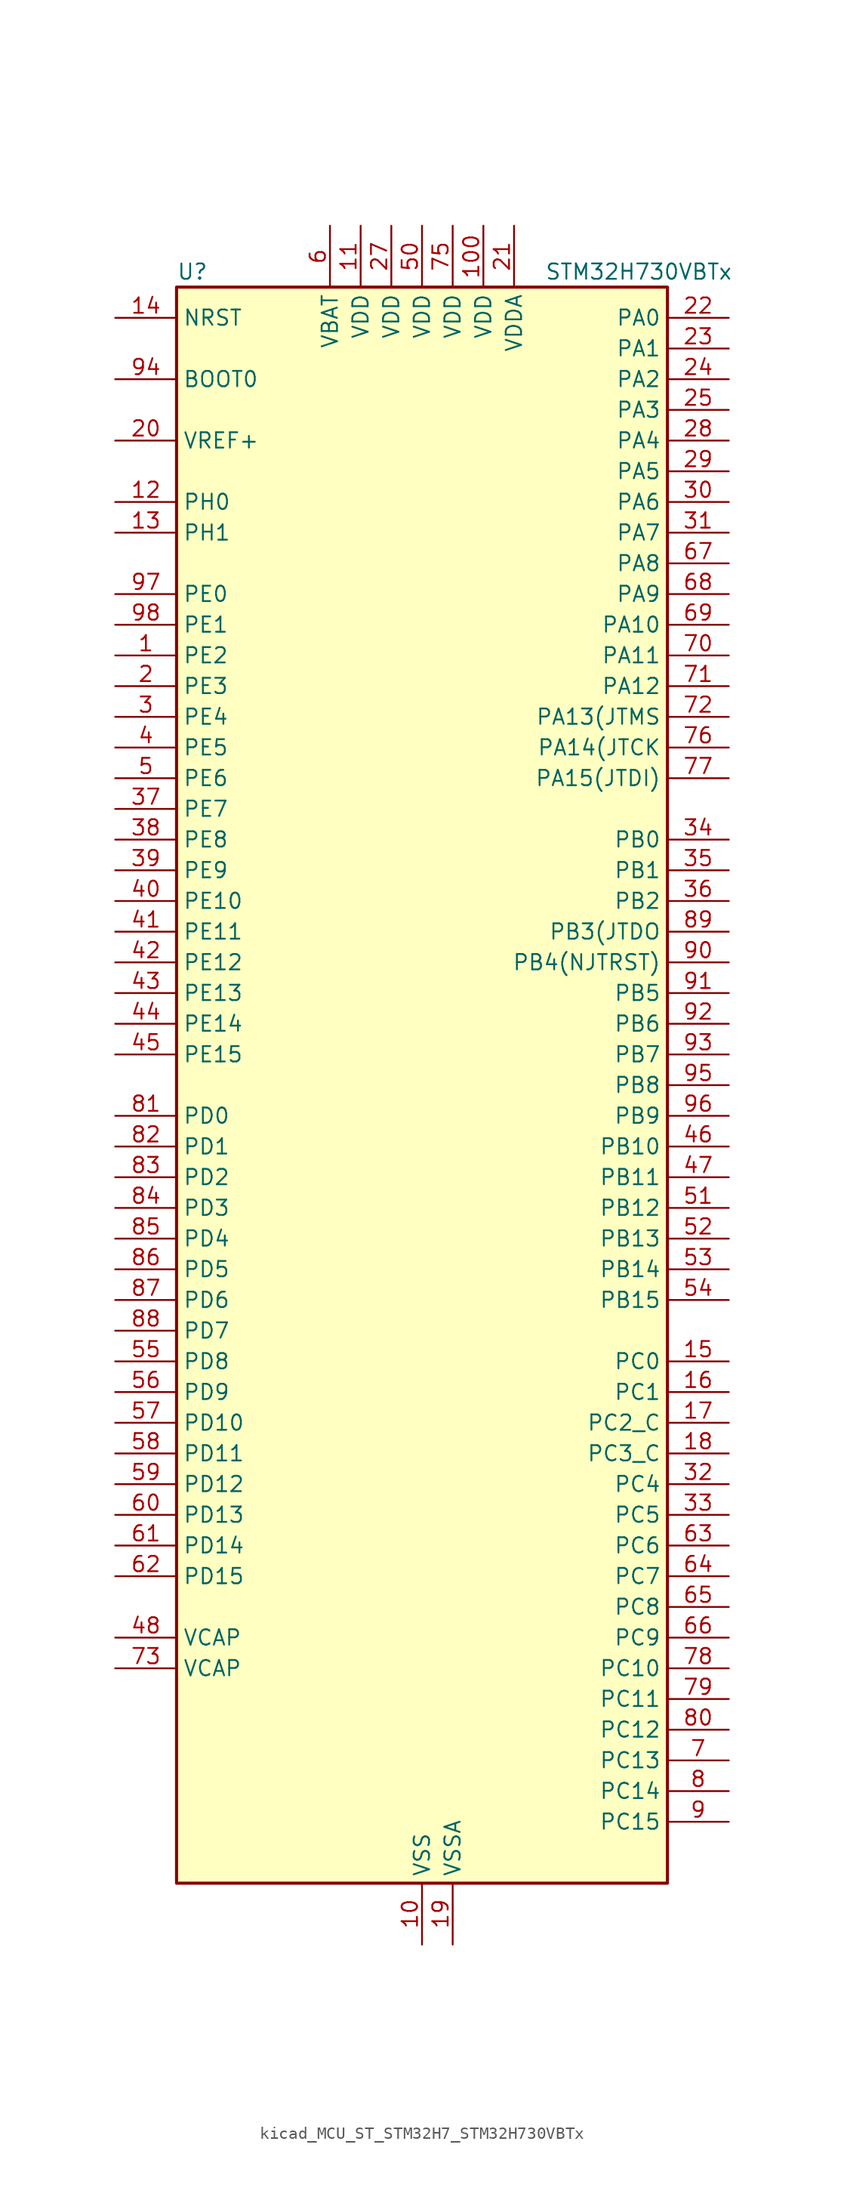
<source format=kicad_sym>
(kicad_symbol_lib
  (version 20220914)
  (generator kicad_symbol_editor)
  (symbol "kicad_MCU_ST_STM32H7_STM32H730VBTx"
    (property "Reference" "U"
      (at -20.32 67.31 0)
      (effects (font (size 1.27 1.27)) (justify left)))
    (property "Value" "STM32H730VBTx"
      (at 10.16 67.31 0)
      (effects (font (size 1.27 1.27)) (justify left)))
    (property "ki_locked" ""
      (at 0 0 0)
      (effects (font (size 1.27 1.27))))
    (symbol "kicad_MCU_ST_STM32H7_STM32H730VBTx_0_1"
      (rectangle (start -20.32 -66.04) (end 20.32 66.04) (stroke (width 0.254) (type default)) (fill (type background))))
    (symbol "kicad_MCU_ST_STM32H7_STM32H730VBTx_1_1"
      (pin bidirectional line (at -25.4 35.56 0) (length 5.08) (name "PE2" (effects (font (size 1.27 1.27)))) (number "1" (effects (font (size 1.27 1.27)))) (alternate "DEBUG_TRACECLK" bidirectional line) (alternate "ETH_TXD3" bidirectional line) (alternate "FMC_A23" bidirectional line) (alternate "OCTOSPIM_P1_IO2" bidirectional line) (alternate "SAI1_CK1" bidirectional line) (alternate "SAI1_MCLK_A" bidirectional line) (alternate "SAI4_CK1" bidirectional line) (alternate "SAI4_MCLK_A" bidirectional line) (alternate "SPI4_SCK" bidirectional line) (alternate "USART10_RX" bidirectional line))
      (pin power_in line (at 0 -71.12 90) (length 5.08) (name "VSS" (effects (font (size 1.27 1.27)))) (number "10" (effects (font (size 1.27 1.27)))))
      (pin power_in line (at 5.08 71.12 270) (length 5.08) (name "VDD" (effects (font (size 1.27 1.27)))) (number "100" (effects (font (size 1.27 1.27)))))
      (pin power_in line (at -5.08 71.12 270) (length 5.08) (name "VDD" (effects (font (size 1.27 1.27)))) (number "11" (effects (font (size 1.27 1.27)))))
      (pin bidirectional line (at -25.4 48.26 0) (length 5.08) (name "PH0" (effects (font (size 1.27 1.27)))) (number "12" (effects (font (size 1.27 1.27)))) (alternate "RCC_OSC_IN" bidirectional line))
      (pin bidirectional line (at -25.4 45.72 0) (length 5.08) (name "PH1" (effects (font (size 1.27 1.27)))) (number "13" (effects (font (size 1.27 1.27)))) (alternate "RCC_OSC_OUT" bidirectional line))
      (pin input line (at -25.4 63.5 0) (length 5.08) (name "NRST" (effects (font (size 1.27 1.27)))) (number "14" (effects (font (size 1.27 1.27)))))
      (pin bidirectional line (at 25.4 -22.86 180) (length 5.08) (name "PC0" (effects (font (size 1.27 1.27)))) (number "15" (effects (font (size 1.27 1.27)))) (alternate "ADC1_INP10" bidirectional line) (alternate "ADC2_INP10" bidirectional line) (alternate "ADC3_INP10" bidirectional line) (alternate "DFSDM1_CKIN0" bidirectional line) (alternate "DFSDM1_DATIN4" bidirectional line) (alternate "FMC_A25" bidirectional line) (alternate "FMC_D12" bidirectional line) (alternate "FMC_DA12" bidirectional line) (alternate "FMC_SDNWE" bidirectional line) (alternate "LTDC_G2" bidirectional line) (alternate "LTDC_R5" bidirectional line) (alternate "SAI4_FS_B" bidirectional line) (alternate "USB_OTG_HS_ULPI_STP" bidirectional line))
      (pin bidirectional line (at 25.4 -25.4 180) (length 5.08) (name "PC1" (effects (font (size 1.27 1.27)))) (number "16" (effects (font (size 1.27 1.27)))) (alternate "ADC1_INN10" bidirectional line) (alternate "ADC1_INP11" bidirectional line) (alternate "ADC2_INN10" bidirectional line) (alternate "ADC2_INP11" bidirectional line) (alternate "ADC3_INN10" bidirectional line) (alternate "ADC3_INP11" bidirectional line) (alternate "DEBUG_TRACED0" bidirectional line) (alternate "DFSDM1_CKIN4" bidirectional line) (alternate "DFSDM1_DATIN0" bidirectional line) (alternate "ETH_MDC" bidirectional line) (alternate "I2S2_SDO" bidirectional line) (alternate "LTDC_G5" bidirectional line) (alternate "MDIOS_MDC" bidirectional line) (alternate "OCTOSPIM_P1_IO4" bidirectional line) (alternate "PWR_WKUP6" bidirectional line) (alternate "RTC_TAMP3" bidirectional line) (alternate "SAI1_D1" bidirectional line) (alternate "SAI1_SD_A" bidirectional line) (alternate "SAI4_D1" bidirectional line) (alternate "SAI4_SD_A" bidirectional line) (alternate "SDMMC2_CK" bidirectional line) (alternate "SPI2_MOSI" bidirectional line))
      (pin bidirectional line (at 25.4 -27.94 180) (length 5.08) (name "PC2_C" (effects (font (size 1.27 1.27)))) (number "17" (effects (font (size 1.27 1.27)))) (alternate "ADC3_INN1" bidirectional line) (alternate "ADC3_INP0" bidirectional line) (alternate "DFSDM1_CKIN1" bidirectional line) (alternate "DFSDM1_CKOUT" bidirectional line) (alternate "ETH_TXD2" bidirectional line) (alternate "FMC_SDNE0" bidirectional line) (alternate "I2S2_SDI" bidirectional line) (alternate "OCTOSPIM_P1_IO2" bidirectional line) (alternate "OCTOSPIM_P1_IO5" bidirectional line) (alternate "PWR_CSTOP" bidirectional line) (alternate "SPI2_MISO" bidirectional line) (alternate "USB_OTG_HS_ULPI_DIR" bidirectional line))
      (pin bidirectional line (at 25.4 -30.48 180) (length 5.08) (name "PC3_C" (effects (font (size 1.27 1.27)))) (number "18" (effects (font (size 1.27 1.27)))) (alternate "ADC3_INP1" bidirectional line) (alternate "DFSDM1_DATIN1" bidirectional line) (alternate "ETH_TX_CLK" bidirectional line) (alternate "FMC_SDCKE0" bidirectional line) (alternate "I2S2_SDO" bidirectional line) (alternate "OCTOSPIM_P1_IO0" bidirectional line) (alternate "OCTOSPIM_P1_IO6" bidirectional line) (alternate "PWR_CSLEEP" bidirectional line) (alternate "SPI2_MOSI" bidirectional line) (alternate "USB_OTG_HS_ULPI_NXT" bidirectional line))
      (pin power_in line (at 2.54 -71.12 90) (length 5.08) (name "VSSA" (effects (font (size 1.27 1.27)))) (number "19" (effects (font (size 1.27 1.27)))))
      (pin bidirectional line (at -25.4 33.02 0) (length 5.08) (name "PE3" (effects (font (size 1.27 1.27)))) (number "2" (effects (font (size 1.27 1.27)))) (alternate "DEBUG_TRACED0" bidirectional line) (alternate "FMC_A19" bidirectional line) (alternate "SAI1_SD_B" bidirectional line) (alternate "SAI4_SD_B" bidirectional line) (alternate "TIM15_BKIN" bidirectional line) (alternate "USART10_TX" bidirectional line))
      (pin input line (at -25.4 53.34 0) (length 5.08) (name "VREF+" (effects (font (size 1.27 1.27)))) (number "20" (effects (font (size 1.27 1.27)))) (alternate "VREFBUF_OUT" bidirectional line))
      (pin power_in line (at 7.62 71.12 270) (length 5.08) (name "VDDA" (effects (font (size 1.27 1.27)))) (number "21" (effects (font (size 1.27 1.27)))))
      (pin bidirectional line (at 25.4 63.5 180) (length 5.08) (name "PA0" (effects (font (size 1.27 1.27)))) (number "22" (effects (font (size 1.27 1.27)))) (alternate "ADC1_INP16" bidirectional line) (alternate "ETH_CRS" bidirectional line) (alternate "FMC_A19" bidirectional line) (alternate "I2S6_WS" bidirectional line) (alternate "PWR_WKUP1" bidirectional line) (alternate "SAI4_SD_B" bidirectional line) (alternate "SDMMC2_CMD" bidirectional line) (alternate "SPI6_NSS" bidirectional line) (alternate "TIM15_BKIN" bidirectional line) (alternate "TIM2_CH1" bidirectional line) (alternate "TIM2_ETR" bidirectional line) (alternate "TIM5_CH1" bidirectional line) (alternate "TIM8_ETR" bidirectional line) (alternate "UART4_TX" bidirectional line) (alternate "USART2_CTS" bidirectional line) (alternate "USART2_NSS" bidirectional line))
      (pin bidirectional line (at 25.4 60.96 180) (length 5.08) (name "PA1" (effects (font (size 1.27 1.27)))) (number "23" (effects (font (size 1.27 1.27)))) (alternate "ADC1_INN16" bidirectional line) (alternate "ADC1_INP17" bidirectional line) (alternate "ETH_REF_CLK" bidirectional line) (alternate "ETH_RX_CLK" bidirectional line) (alternate "LPTIM3_OUT" bidirectional line) (alternate "LTDC_R2" bidirectional line) (alternate "OCTOSPIM_P1_DQS" bidirectional line) (alternate "OCTOSPIM_P1_IO3" bidirectional line) (alternate "SAI4_MCLK_B" bidirectional line) (alternate "TIM15_CH1N" bidirectional line) (alternate "TIM2_CH2" bidirectional line) (alternate "TIM5_CH2" bidirectional line) (alternate "UART4_RX" bidirectional line) (alternate "USART2_DE" bidirectional line) (alternate "USART2_RTS" bidirectional line))
      (pin bidirectional line (at 25.4 58.42 180) (length 5.08) (name "PA2" (effects (font (size 1.27 1.27)))) (number "24" (effects (font (size 1.27 1.27)))) (alternate "ADC1_INP14" bidirectional line) (alternate "ADC2_INP14" bidirectional line) (alternate "ETH_MDIO" bidirectional line) (alternate "LPTIM4_OUT" bidirectional line) (alternate "LTDC_R1" bidirectional line) (alternate "MDIOS_MDIO" bidirectional line) (alternate "OCTOSPIM_P1_IO0" bidirectional line) (alternate "PWR_WKUP2" bidirectional line) (alternate "SAI4_SCK_B" bidirectional line) (alternate "TIM15_CH1" bidirectional line) (alternate "TIM2_CH3" bidirectional line) (alternate "TIM5_CH3" bidirectional line) (alternate "USART2_TX" bidirectional line))
      (pin bidirectional line (at 25.4 55.88 180) (length 5.08) (name "PA3" (effects (font (size 1.27 1.27)))) (number "25" (effects (font (size 1.27 1.27)))) (alternate "ADC1_INP15" bidirectional line) (alternate "ADC2_INP15" bidirectional line) (alternate "ETH_COL" bidirectional line) (alternate "I2S6_MCK" bidirectional line) (alternate "LPTIM5_OUT" bidirectional line) (alternate "LTDC_B2" bidirectional line) (alternate "LTDC_B5" bidirectional line) (alternate "OCTOSPIM_P1_CLK" bidirectional line) (alternate "OCTOSPIM_P1_IO2" bidirectional line) (alternate "TIM15_CH2" bidirectional line) (alternate "TIM2_CH4" bidirectional line) (alternate "TIM5_CH4" bidirectional line) (alternate "USART2_RX" bidirectional line) (alternate "USB_OTG_HS_ULPI_D0" bidirectional line))
      (pin passive line (at 0 -71.12 90) (length 5.08) hide (name "VSS" (effects (font (size 1.27 1.27)))) (number "26" (effects (font (size 1.27 1.27)))))
      (pin power_in line (at -2.54 71.12 270) (length 5.08) (name "VDD" (effects (font (size 1.27 1.27)))) (number "27" (effects (font (size 1.27 1.27)))))
      (pin bidirectional line (at 25.4 53.34 180) (length 5.08) (name "PA4" (effects (font (size 1.27 1.27)))) (number "28" (effects (font (size 1.27 1.27)))) (alternate "ADC1_INP18" bidirectional line) (alternate "ADC2_INP18" bidirectional line) (alternate "DAC1_OUT1" bidirectional line) (alternate "DCMI_HSYNC" bidirectional line) (alternate "FMC_D8" bidirectional line) (alternate "FMC_DA8" bidirectional line) (alternate "I2S1_WS" bidirectional line) (alternate "I2S3_WS" bidirectional line) (alternate "I2S6_WS" bidirectional line) (alternate "LTDC_VSYNC" bidirectional line) (alternate "PSSI_DE" bidirectional line) (alternate "SPI1_NSS" bidirectional line) (alternate "SPI3_NSS" bidirectional line) (alternate "SPI6_NSS" bidirectional line) (alternate "TIM5_ETR" bidirectional line) (alternate "USART2_CK" bidirectional line))
      (pin bidirectional line (at 25.4 50.8 180) (length 5.08) (name "PA5" (effects (font (size 1.27 1.27)))) (number "29" (effects (font (size 1.27 1.27)))) (alternate "ADC1_INN18" bidirectional line) (alternate "ADC1_INP19" bidirectional line) (alternate "ADC2_INN18" bidirectional line) (alternate "ADC2_INP19" bidirectional line) (alternate "DAC1_OUT2" bidirectional line) (alternate "FMC_D9" bidirectional line) (alternate "FMC_DA9" bidirectional line) (alternate "I2S1_CK" bidirectional line) (alternate "I2S6_CK" bidirectional line) (alternate "LTDC_R4" bidirectional line) (alternate "PSSI_D14" bidirectional line) (alternate "PWR_NDSTOP2" bidirectional line) (alternate "SPI1_SCK" bidirectional line) (alternate "SPI6_SCK" bidirectional line) (alternate "TIM2_CH1" bidirectional line) (alternate "TIM2_ETR" bidirectional line) (alternate "TIM8_CH1N" bidirectional line) (alternate "USB_OTG_HS_ULPI_CK" bidirectional line))
      (pin bidirectional line (at -25.4 30.48 0) (length 5.08) (name "PE4" (effects (font (size 1.27 1.27)))) (number "3" (effects (font (size 1.27 1.27)))) (alternate "DCMI_D4" bidirectional line) (alternate "DEBUG_TRACED1" bidirectional line) (alternate "DFSDM1_DATIN3" bidirectional line) (alternate "FMC_A20" bidirectional line) (alternate "LTDC_B0" bidirectional line) (alternate "PSSI_D4" bidirectional line) (alternate "SAI1_D2" bidirectional line) (alternate "SAI1_FS_A" bidirectional line) (alternate "SAI4_D2" bidirectional line) (alternate "SAI4_FS_A" bidirectional line) (alternate "SPI4_NSS" bidirectional line) (alternate "TIM15_CH1N" bidirectional line))
      (pin bidirectional line (at 25.4 48.26 180) (length 5.08) (name "PA6" (effects (font (size 1.27 1.27)))) (number "30" (effects (font (size 1.27 1.27)))) (alternate "ADC1_INP3" bidirectional line) (alternate "ADC2_INP3" bidirectional line) (alternate "DCMI_PIXCLK" bidirectional line) (alternate "I2S1_SDI" bidirectional line) (alternate "I2S6_SDI" bidirectional line) (alternate "LTDC_G2" bidirectional line) (alternate "MDIOS_MDC" bidirectional line) (alternate "OCTOSPIM_P1_IO3" bidirectional line) (alternate "PSSI_PDCK" bidirectional line) (alternate "SPI1_MISO" bidirectional line) (alternate "SPI6_MISO" bidirectional line) (alternate "TIM13_CH1" bidirectional line) (alternate "TIM1_BKIN" bidirectional line) (alternate "TIM1_BKIN_COMP1" bidirectional line) (alternate "TIM1_BKIN_COMP2" bidirectional line) (alternate "TIM3_CH1" bidirectional line) (alternate "TIM8_BKIN" bidirectional line) (alternate "TIM8_BKIN_COMP1" bidirectional line) (alternate "TIM8_BKIN_COMP2" bidirectional line))
      (pin bidirectional line (at 25.4 45.72 180) (length 5.08) (name "PA7" (effects (font (size 1.27 1.27)))) (number "31" (effects (font (size 1.27 1.27)))) (alternate "ADC1_INN3" bidirectional line) (alternate "ADC1_INP7" bidirectional line) (alternate "ADC2_INN3" bidirectional line) (alternate "ADC2_INP7" bidirectional line) (alternate "ETH_CRS_DV" bidirectional line) (alternate "ETH_RX_DV" bidirectional line) (alternate "FMC_SDNWE" bidirectional line) (alternate "I2S1_SDO" bidirectional line) (alternate "I2S6_SDO" bidirectional line) (alternate "LTDC_VSYNC" bidirectional line) (alternate "OCTOSPIM_P1_IO2" bidirectional line) (alternate "OPAMP1_VINM" bidirectional line) (alternate "SPI1_MOSI" bidirectional line) (alternate "SPI6_MOSI" bidirectional line) (alternate "TIM14_CH1" bidirectional line) (alternate "TIM1_CH1N" bidirectional line) (alternate "TIM3_CH2" bidirectional line) (alternate "TIM8_CH1N" bidirectional line))
      (pin bidirectional line (at 25.4 -33.02 180) (length 5.08) (name "PC4" (effects (font (size 1.27 1.27)))) (number "32" (effects (font (size 1.27 1.27)))) (alternate "ADC1_INP4" bidirectional line) (alternate "ADC2_INP4" bidirectional line) (alternate "COMP1_INM" bidirectional line) (alternate "DFSDM1_CKIN2" bidirectional line) (alternate "ETH_RXD0" bidirectional line) (alternate "FMC_A22" bidirectional line) (alternate "FMC_SDNE0" bidirectional line) (alternate "I2S1_MCK" bidirectional line) (alternate "LTDC_R7" bidirectional line) (alternate "OPAMP1_VOUT" bidirectional line) (alternate "SDMMC2_CKIN" bidirectional line) (alternate "SPDIFRX1_IN2" bidirectional line))
      (pin bidirectional line (at 25.4 -35.56 180) (length 5.08) (name "PC5" (effects (font (size 1.27 1.27)))) (number "33" (effects (font (size 1.27 1.27)))) (alternate "ADC1_INN4" bidirectional line) (alternate "ADC1_INP8" bidirectional line) (alternate "ADC2_INN4" bidirectional line) (alternate "ADC2_INP8" bidirectional line) (alternate "COMP1_OUT" bidirectional line) (alternate "DFSDM1_DATIN2" bidirectional line) (alternate "ETH_RXD1" bidirectional line) (alternate "FMC_SDCKE0" bidirectional line) (alternate "LTDC_DE" bidirectional line) (alternate "OCTOSPIM_P1_DQS" bidirectional line) (alternate "OPAMP1_VINM" bidirectional line) (alternate "PSSI_D15" bidirectional line) (alternate "SAI1_D3" bidirectional line) (alternate "SAI4_D3" bidirectional line) (alternate "SPDIFRX1_IN3" bidirectional line))
      (pin bidirectional line (at 25.4 20.32 180) (length 5.08) (name "PB0" (effects (font (size 1.27 1.27)))) (number "34" (effects (font (size 1.27 1.27)))) (alternate "ADC1_INN5" bidirectional line) (alternate "ADC1_INP9" bidirectional line) (alternate "ADC2_INN5" bidirectional line) (alternate "ADC2_INP9" bidirectional line) (alternate "COMP1_INP" bidirectional line) (alternate "DFSDM1_CKOUT" bidirectional line) (alternate "ETH_RXD2" bidirectional line) (alternate "LTDC_G1" bidirectional line) (alternate "LTDC_R3" bidirectional line) (alternate "OCTOSPIM_P1_IO1" bidirectional line) (alternate "OPAMP1_VINP" bidirectional line) (alternate "TIM1_CH2N" bidirectional line) (alternate "TIM3_CH3" bidirectional line) (alternate "TIM8_CH2N" bidirectional line) (alternate "UART4_CTS" bidirectional line) (alternate "USB_OTG_HS_ULPI_D1" bidirectional line))
      (pin bidirectional line (at 25.4 17.78 180) (length 5.08) (name "PB1" (effects (font (size 1.27 1.27)))) (number "35" (effects (font (size 1.27 1.27)))) (alternate "ADC1_INP5" bidirectional line) (alternate "ADC2_INP5" bidirectional line) (alternate "COMP1_INM" bidirectional line) (alternate "DFSDM1_DATIN1" bidirectional line) (alternate "ETH_RXD3" bidirectional line) (alternate "LTDC_G0" bidirectional line) (alternate "LTDC_R6" bidirectional line) (alternate "OCTOSPIM_P1_IO0" bidirectional line) (alternate "TIM1_CH3N" bidirectional line) (alternate "TIM3_CH4" bidirectional line) (alternate "TIM8_CH3N" bidirectional line) (alternate "USB_OTG_HS_ULPI_D2" bidirectional line))
      (pin bidirectional line (at 25.4 15.24 180) (length 5.08) (name "PB2" (effects (font (size 1.27 1.27)))) (number "36" (effects (font (size 1.27 1.27)))) (alternate "COMP1_INP" bidirectional line) (alternate "DFSDM1_CKIN1" bidirectional line) (alternate "ETH_TX_ER" bidirectional line) (alternate "I2S3_SDO" bidirectional line) (alternate "OCTOSPIM_P1_CLK" bidirectional line) (alternate "OCTOSPIM_P1_DQS" bidirectional line) (alternate "RTC_OUT_ALARM" bidirectional line) (alternate "RTC_OUT_CALIB" bidirectional line) (alternate "SAI1_D1" bidirectional line) (alternate "SAI1_SD_A" bidirectional line) (alternate "SAI4_D1" bidirectional line) (alternate "SAI4_SD_A" bidirectional line) (alternate "SPI3_MOSI" bidirectional line) (alternate "TIM23_ETR" bidirectional line))
      (pin bidirectional line (at -25.4 22.86 0) (length 5.08) (name "PE7" (effects (font (size 1.27 1.27)))) (number "37" (effects (font (size 1.27 1.27)))) (alternate "COMP2_INM" bidirectional line) (alternate "DFSDM1_DATIN2" bidirectional line) (alternate "FMC_D4" bidirectional line) (alternate "FMC_DA4" bidirectional line) (alternate "OCTOSPIM_P1_IO4" bidirectional line) (alternate "OPAMP2_VOUT" bidirectional line) (alternate "TIM1_ETR" bidirectional line) (alternate "UART7_RX" bidirectional line))
      (pin bidirectional line (at -25.4 20.32 0) (length 5.08) (name "PE8" (effects (font (size 1.27 1.27)))) (number "38" (effects (font (size 1.27 1.27)))) (alternate "COMP2_OUT" bidirectional line) (alternate "DFSDM1_CKIN2" bidirectional line) (alternate "FMC_D5" bidirectional line) (alternate "FMC_DA5" bidirectional line) (alternate "OCTOSPIM_P1_IO5" bidirectional line) (alternate "OPAMP2_VINM" bidirectional line) (alternate "TIM1_CH1N" bidirectional line) (alternate "UART7_TX" bidirectional line))
      (pin bidirectional line (at -25.4 17.78 0) (length 5.08) (name "PE9" (effects (font (size 1.27 1.27)))) (number "39" (effects (font (size 1.27 1.27)))) (alternate "COMP2_INP" bidirectional line) (alternate "DAC1_EXTI9" bidirectional line) (alternate "DFSDM1_CKOUT" bidirectional line) (alternate "FMC_D6" bidirectional line) (alternate "FMC_DA6" bidirectional line) (alternate "OCTOSPIM_P1_IO6" bidirectional line) (alternate "OPAMP2_VINP" bidirectional line) (alternate "TIM1_CH1" bidirectional line) (alternate "UART7_DE" bidirectional line) (alternate "UART7_RTS" bidirectional line))
      (pin bidirectional line (at -25.4 27.94 0) (length 5.08) (name "PE5" (effects (font (size 1.27 1.27)))) (number "4" (effects (font (size 1.27 1.27)))) (alternate "DCMI_D6" bidirectional line) (alternate "DEBUG_TRACED2" bidirectional line) (alternate "DFSDM1_CKIN3" bidirectional line) (alternate "FMC_A21" bidirectional line) (alternate "LTDC_G0" bidirectional line) (alternate "PSSI_D6" bidirectional line) (alternate "SAI1_CK2" bidirectional line) (alternate "SAI1_SCK_A" bidirectional line) (alternate "SAI4_CK2" bidirectional line) (alternate "SAI4_SCK_A" bidirectional line) (alternate "SPI4_MISO" bidirectional line) (alternate "TIM15_CH1" bidirectional line))
      (pin bidirectional line (at -25.4 15.24 0) (length 5.08) (name "PE10" (effects (font (size 1.27 1.27)))) (number "40" (effects (font (size 1.27 1.27)))) (alternate "COMP2_INM" bidirectional line) (alternate "DFSDM1_DATIN4" bidirectional line) (alternate "FMC_D7" bidirectional line) (alternate "FMC_DA7" bidirectional line) (alternate "OCTOSPIM_P1_IO7" bidirectional line) (alternate "TIM1_CH2N" bidirectional line) (alternate "UART7_CTS" bidirectional line))
      (pin bidirectional line (at -25.4 12.7 0) (length 5.08) (name "PE11" (effects (font (size 1.27 1.27)))) (number "41" (effects (font (size 1.27 1.27)))) (alternate "ADC1_EXTI11" bidirectional line) (alternate "ADC2_EXTI11" bidirectional line) (alternate "ADC3_EXTI11" bidirectional line) (alternate "COMP2_INP" bidirectional line) (alternate "DFSDM1_CKIN4" bidirectional line) (alternate "FMC_D8" bidirectional line) (alternate "FMC_DA8" bidirectional line) (alternate "LTDC_G3" bidirectional line) (alternate "OCTOSPIM_P1_NCS" bidirectional line) (alternate "SAI4_SD_B" bidirectional line) (alternate "SPI4_NSS" bidirectional line) (alternate "TIM1_CH2" bidirectional line))
      (pin bidirectional line (at -25.4 10.16 0) (length 5.08) (name "PE12" (effects (font (size 1.27 1.27)))) (number "42" (effects (font (size 1.27 1.27)))) (alternate "COMP1_OUT" bidirectional line) (alternate "DFSDM1_DATIN5" bidirectional line) (alternate "FMC_D9" bidirectional line) (alternate "FMC_DA9" bidirectional line) (alternate "LTDC_B4" bidirectional line) (alternate "SAI4_SCK_B" bidirectional line) (alternate "SPI4_SCK" bidirectional line) (alternate "TIM1_CH3N" bidirectional line))
      (pin bidirectional line (at -25.4 7.62 0) (length 5.08) (name "PE13" (effects (font (size 1.27 1.27)))) (number "43" (effects (font (size 1.27 1.27)))) (alternate "COMP2_OUT" bidirectional line) (alternate "DFSDM1_CKIN5" bidirectional line) (alternate "FMC_D10" bidirectional line) (alternate "FMC_DA10" bidirectional line) (alternate "LTDC_DE" bidirectional line) (alternate "SAI4_FS_B" bidirectional line) (alternate "SPI4_MISO" bidirectional line) (alternate "TIM1_CH3" bidirectional line))
      (pin bidirectional line (at -25.4 5.08 0) (length 5.08) (name "PE14" (effects (font (size 1.27 1.27)))) (number "44" (effects (font (size 1.27 1.27)))) (alternate "FMC_D11" bidirectional line) (alternate "FMC_DA11" bidirectional line) (alternate "LTDC_CLK" bidirectional line) (alternate "SAI4_MCLK_B" bidirectional line) (alternate "SPI4_MOSI" bidirectional line) (alternate "TIM1_CH4" bidirectional line))
      (pin bidirectional line (at -25.4 2.54 0) (length 5.08) (name "PE15" (effects (font (size 1.27 1.27)))) (number "45" (effects (font (size 1.27 1.27)))) (alternate "ADC1_EXTI15" bidirectional line) (alternate "ADC2_EXTI15" bidirectional line) (alternate "ADC3_EXTI15" bidirectional line) (alternate "FMC_D12" bidirectional line) (alternate "FMC_DA12" bidirectional line) (alternate "LTDC_R7" bidirectional line) (alternate "TIM1_BKIN" bidirectional line) (alternate "TIM1_BKIN_COMP1" bidirectional line) (alternate "TIM1_BKIN_COMP2" bidirectional line) (alternate "USART10_CK" bidirectional line))
      (pin bidirectional line (at 25.4 -5.08 180) (length 5.08) (name "PB10" (effects (font (size 1.27 1.27)))) (number "46" (effects (font (size 1.27 1.27)))) (alternate "DFSDM1_DATIN7" bidirectional line) (alternate "ETH_RX_ER" bidirectional line) (alternate "I2C2_SCL" bidirectional line) (alternate "I2S2_CK" bidirectional line) (alternate "LPTIM2_IN1" bidirectional line) (alternate "LTDC_G4" bidirectional line) (alternate "OCTOSPIM_P1_NCS" bidirectional line) (alternate "SPI2_SCK" bidirectional line) (alternate "TIM2_CH3" bidirectional line) (alternate "USART3_TX" bidirectional line) (alternate "USB_OTG_HS_ULPI_D3" bidirectional line))
      (pin bidirectional line (at 25.4 -7.62 180) (length 5.08) (name "PB11" (effects (font (size 1.27 1.27)))) (number "47" (effects (font (size 1.27 1.27)))) (alternate "ADC1_EXTI11" bidirectional line) (alternate "ADC2_EXTI11" bidirectional line) (alternate "ADC3_EXTI11" bidirectional line) (alternate "DFSDM1_CKIN7" bidirectional line) (alternate "ETH_TX_EN" bidirectional line) (alternate "I2C2_SDA" bidirectional line) (alternate "LPTIM2_ETR" bidirectional line) (alternate "LTDC_G5" bidirectional line) (alternate "TIM2_CH4" bidirectional line) (alternate "USART3_RX" bidirectional line) (alternate "USB_OTG_HS_ULPI_D4" bidirectional line))
      (pin power_out line (at -25.4 -45.72 0) (length 5.08) (name "VCAP" (effects (font (size 1.27 1.27)))) (number "48" (effects (font (size 1.27 1.27)))))
      (pin passive line (at 0 -71.12 90) (length 5.08) hide (name "VSS" (effects (font (size 1.27 1.27)))) (number "49" (effects (font (size 1.27 1.27)))))
      (pin bidirectional line (at -25.4 25.4 0) (length 5.08) (name "PE6" (effects (font (size 1.27 1.27)))) (number "5" (effects (font (size 1.27 1.27)))) (alternate "DCMI_D7" bidirectional line) (alternate "DEBUG_TRACED3" bidirectional line) (alternate "FMC_A22" bidirectional line) (alternate "LTDC_G1" bidirectional line) (alternate "PSSI_D7" bidirectional line) (alternate "SAI1_D1" bidirectional line) (alternate "SAI1_SD_A" bidirectional line) (alternate "SAI4_D1" bidirectional line) (alternate "SAI4_MCLK_B" bidirectional line) (alternate "SAI4_SD_A" bidirectional line) (alternate "SPI4_MOSI" bidirectional line) (alternate "TIM15_CH2" bidirectional line) (alternate "TIM1_BKIN2" bidirectional line) (alternate "TIM1_BKIN2_COMP1" bidirectional line) (alternate "TIM1_BKIN2_COMP2" bidirectional line))
      (pin power_in line (at 0 71.12 270) (length 5.08) (name "VDD" (effects (font (size 1.27 1.27)))) (number "50" (effects (font (size 1.27 1.27)))))
      (pin bidirectional line (at 25.4 -10.16 180) (length 5.08) (name "PB12" (effects (font (size 1.27 1.27)))) (number "51" (effects (font (size 1.27 1.27)))) (alternate "DFSDM1_DATIN1" bidirectional line) (alternate "ETH_TXD0" bidirectional line) (alternate "FDCAN2_RX" bidirectional line) (alternate "I2C2_SMBA" bidirectional line) (alternate "I2S2_WS" bidirectional line) (alternate "OCTOSPIM_P1_IO0" bidirectional line) (alternate "OCTOSPIM_P1_NCLK" bidirectional line) (alternate "SPI2_NSS" bidirectional line) (alternate "TIM1_BKIN" bidirectional line) (alternate "TIM1_BKIN_COMP1" bidirectional line) (alternate "TIM1_BKIN_COMP2" bidirectional line) (alternate "UART5_RX" bidirectional line) (alternate "USART3_CK" bidirectional line) (alternate "USB_OTG_HS_ULPI_D5" bidirectional line))
      (pin bidirectional line (at 25.4 -12.7 180) (length 5.08) (name "PB13" (effects (font (size 1.27 1.27)))) (number "52" (effects (font (size 1.27 1.27)))) (alternate "DCMI_D2" bidirectional line) (alternate "DFSDM1_CKIN1" bidirectional line) (alternate "ETH_TXD1" bidirectional line) (alternate "FDCAN2_TX" bidirectional line) (alternate "I2S2_CK" bidirectional line) (alternate "LPTIM2_OUT" bidirectional line) (alternate "OCTOSPIM_P1_IO2" bidirectional line) (alternate "PSSI_D2" bidirectional line) (alternate "SDMMC1_D0" bidirectional line) (alternate "SPI2_SCK" bidirectional line) (alternate "TIM1_CH1N" bidirectional line) (alternate "UART5_TX" bidirectional line) (alternate "USART3_CTS" bidirectional line) (alternate "USART3_NSS" bidirectional line) (alternate "USB_OTG_HS_ULPI_D6" bidirectional line))
      (pin bidirectional line (at 25.4 -15.24 180) (length 5.08) (name "PB14" (effects (font (size 1.27 1.27)))) (number "53" (effects (font (size 1.27 1.27)))) (alternate "DFSDM1_DATIN2" bidirectional line) (alternate "FMC_D10" bidirectional line) (alternate "FMC_DA10" bidirectional line) (alternate "I2S2_SDI" bidirectional line) (alternate "LTDC_CLK" bidirectional line) (alternate "SDMMC2_D0" bidirectional line) (alternate "SPI2_MISO" bidirectional line) (alternate "TIM12_CH1" bidirectional line) (alternate "TIM1_CH2N" bidirectional line) (alternate "TIM8_CH2N" bidirectional line) (alternate "UART4_DE" bidirectional line) (alternate "UART4_RTS" bidirectional line) (alternate "USART1_TX" bidirectional line) (alternate "USART3_DE" bidirectional line) (alternate "USART3_RTS" bidirectional line))
      (pin bidirectional line (at 25.4 -17.78 180) (length 5.08) (name "PB15" (effects (font (size 1.27 1.27)))) (number "54" (effects (font (size 1.27 1.27)))) (alternate "ADC1_EXTI15" bidirectional line) (alternate "ADC2_EXTI15" bidirectional line) (alternate "ADC3_EXTI15" bidirectional line) (alternate "DFSDM1_CKIN2" bidirectional line) (alternate "FMC_D11" bidirectional line) (alternate "FMC_DA11" bidirectional line) (alternate "I2S2_SDO" bidirectional line) (alternate "LTDC_G7" bidirectional line) (alternate "RTC_REFIN" bidirectional line) (alternate "SDMMC2_D1" bidirectional line) (alternate "SPI2_MOSI" bidirectional line) (alternate "TIM12_CH2" bidirectional line) (alternate "TIM1_CH3N" bidirectional line) (alternate "TIM8_CH3N" bidirectional line) (alternate "UART4_CTS" bidirectional line) (alternate "USART1_RX" bidirectional line))
      (pin bidirectional line (at -25.4 -22.86 0) (length 5.08) (name "PD8" (effects (font (size 1.27 1.27)))) (number "55" (effects (font (size 1.27 1.27)))) (alternate "DFSDM1_CKIN3" bidirectional line) (alternate "FMC_D13" bidirectional line) (alternate "FMC_DA13" bidirectional line) (alternate "SPDIFRX1_IN1" bidirectional line) (alternate "USART3_TX" bidirectional line))
      (pin bidirectional line (at -25.4 -25.4 0) (length 5.08) (name "PD9" (effects (font (size 1.27 1.27)))) (number "56" (effects (font (size 1.27 1.27)))) (alternate "DAC1_EXTI9" bidirectional line) (alternate "DFSDM1_DATIN3" bidirectional line) (alternate "FMC_D14" bidirectional line) (alternate "FMC_DA14" bidirectional line) (alternate "USART3_RX" bidirectional line))
      (pin bidirectional line (at -25.4 -27.94 0) (length 5.08) (name "PD10" (effects (font (size 1.27 1.27)))) (number "57" (effects (font (size 1.27 1.27)))) (alternate "DFSDM1_CKOUT" bidirectional line) (alternate "FMC_D15" bidirectional line) (alternate "FMC_DA15" bidirectional line) (alternate "LTDC_B3" bidirectional line) (alternate "USART3_CK" bidirectional line))
      (pin bidirectional line (at -25.4 -30.48 0) (length 5.08) (name "PD11" (effects (font (size 1.27 1.27)))) (number "58" (effects (font (size 1.27 1.27)))) (alternate "ADC1_EXTI11" bidirectional line) (alternate "ADC2_EXTI11" bidirectional line) (alternate "ADC3_EXTI11" bidirectional line) (alternate "FMC_A16" bidirectional line) (alternate "FMC_CLE" bidirectional line) (alternate "I2C4_SMBA" bidirectional line) (alternate "LPTIM2_IN2" bidirectional line) (alternate "OCTOSPIM_P1_IO0" bidirectional line) (alternate "SAI4_SD_A" bidirectional line) (alternate "USART3_CTS" bidirectional line) (alternate "USART3_NSS" bidirectional line))
      (pin bidirectional line (at -25.4 -33.02 0) (length 5.08) (name "PD12" (effects (font (size 1.27 1.27)))) (number "59" (effects (font (size 1.27 1.27)))) (alternate "DCMI_D12" bidirectional line) (alternate "FDCAN3_RX" bidirectional line) (alternate "FMC_A17" bidirectional line) (alternate "FMC_ALE" bidirectional line) (alternate "I2C4_SCL" bidirectional line) (alternate "LPTIM1_IN1" bidirectional line) (alternate "LPTIM2_IN1" bidirectional line) (alternate "OCTOSPIM_P1_IO1" bidirectional line) (alternate "PSSI_D12" bidirectional line) (alternate "SAI4_FS_A" bidirectional line) (alternate "TIM4_CH1" bidirectional line) (alternate "USART3_DE" bidirectional line) (alternate "USART3_RTS" bidirectional line))
      (pin power_in line (at -7.62 71.12 270) (length 5.08) (name "VBAT" (effects (font (size 1.27 1.27)))) (number "6" (effects (font (size 1.27 1.27)))))
      (pin bidirectional line (at -25.4 -35.56 0) (length 5.08) (name "PD13" (effects (font (size 1.27 1.27)))) (number "60" (effects (font (size 1.27 1.27)))) (alternate "DCMI_D13" bidirectional line) (alternate "FDCAN3_TX" bidirectional line) (alternate "FMC_A18" bidirectional line) (alternate "I2C4_SDA" bidirectional line) (alternate "LPTIM1_OUT" bidirectional line) (alternate "OCTOSPIM_P1_IO3" bidirectional line) (alternate "PSSI_D13" bidirectional line) (alternate "SAI4_SCK_A" bidirectional line) (alternate "TIM4_CH2" bidirectional line) (alternate "UART9_DE" bidirectional line) (alternate "UART9_RTS" bidirectional line))
      (pin bidirectional line (at -25.4 -38.1 0) (length 5.08) (name "PD14" (effects (font (size 1.27 1.27)))) (number "61" (effects (font (size 1.27 1.27)))) (alternate "FMC_D0" bidirectional line) (alternate "FMC_DA0" bidirectional line) (alternate "TIM4_CH3" bidirectional line) (alternate "UART8_CTS" bidirectional line) (alternate "UART9_RX" bidirectional line))
      (pin bidirectional line (at -25.4 -40.64 0) (length 5.08) (name "PD15" (effects (font (size 1.27 1.27)))) (number "62" (effects (font (size 1.27 1.27)))) (alternate "ADC1_EXTI15" bidirectional line) (alternate "ADC2_EXTI15" bidirectional line) (alternate "ADC3_EXTI15" bidirectional line) (alternate "FMC_D1" bidirectional line) (alternate "FMC_DA1" bidirectional line) (alternate "TIM4_CH4" bidirectional line) (alternate "UART8_DE" bidirectional line) (alternate "UART8_RTS" bidirectional line) (alternate "UART9_TX" bidirectional line))
      (pin bidirectional line (at 25.4 -38.1 180) (length 5.08) (name "PC6" (effects (font (size 1.27 1.27)))) (number "63" (effects (font (size 1.27 1.27)))) (alternate "DCMI_D0" bidirectional line) (alternate "DFSDM1_CKIN3" bidirectional line) (alternate "FMC_NWAIT" bidirectional line) (alternate "I2S2_MCK" bidirectional line) (alternate "LTDC_HSYNC" bidirectional line) (alternate "PSSI_D0" bidirectional line) (alternate "SDMMC1_D0DIR" bidirectional line) (alternate "SDMMC1_D6" bidirectional line) (alternate "SDMMC2_D6" bidirectional line) (alternate "SWPMI1_IO" bidirectional line) (alternate "TIM3_CH1" bidirectional line) (alternate "TIM8_CH1" bidirectional line) (alternate "USART6_TX" bidirectional line))
      (pin bidirectional line (at 25.4 -40.64 180) (length 5.08) (name "PC7" (effects (font (size 1.27 1.27)))) (number "64" (effects (font (size 1.27 1.27)))) (alternate "DCMI_D1" bidirectional line) (alternate "DEBUG_TRGIO" bidirectional line) (alternate "DFSDM1_DATIN3" bidirectional line) (alternate "FMC_NE1" bidirectional line) (alternate "I2S3_MCK" bidirectional line) (alternate "LTDC_G6" bidirectional line) (alternate "PSSI_D1" bidirectional line) (alternate "SDMMC1_D123DIR" bidirectional line) (alternate "SDMMC1_D7" bidirectional line) (alternate "SDMMC2_D7" bidirectional line) (alternate "SWPMI1_TX" bidirectional line) (alternate "TIM3_CH2" bidirectional line) (alternate "TIM8_CH2" bidirectional line) (alternate "USART6_RX" bidirectional line))
      (pin bidirectional line (at 25.4 -43.18 180) (length 5.08) (name "PC8" (effects (font (size 1.27 1.27)))) (number "65" (effects (font (size 1.27 1.27)))) (alternate "DCMI_D2" bidirectional line) (alternate "DEBUG_TRACED1" bidirectional line) (alternate "FMC_INT" bidirectional line) (alternate "FMC_NCE" bidirectional line) (alternate "FMC_NE2" bidirectional line) (alternate "PSSI_D2" bidirectional line) (alternate "SDMMC1_D0" bidirectional line) (alternate "SWPMI1_RX" bidirectional line) (alternate "TIM3_CH3" bidirectional line) (alternate "TIM8_CH3" bidirectional line) (alternate "UART5_DE" bidirectional line) (alternate "UART5_RTS" bidirectional line) (alternate "USART6_CK" bidirectional line))
      (pin bidirectional line (at 25.4 -45.72 180) (length 5.08) (name "PC9" (effects (font (size 1.27 1.27)))) (number "66" (effects (font (size 1.27 1.27)))) (alternate "DAC1_EXTI9" bidirectional line) (alternate "DCMI_D3" bidirectional line) (alternate "I2C3_SDA" bidirectional line) (alternate "I2C5_SDA" bidirectional line) (alternate "I2S_CKIN" bidirectional line) (alternate "LTDC_B2" bidirectional line) (alternate "LTDC_G3" bidirectional line) (alternate "OCTOSPIM_P1_IO0" bidirectional line) (alternate "PSSI_D3" bidirectional line) (alternate "RCC_MCO_2" bidirectional line) (alternate "SDMMC1_D1" bidirectional line) (alternate "SWPMI1_SUSPEND" bidirectional line) (alternate "TIM3_CH4" bidirectional line) (alternate "TIM8_CH4" bidirectional line) (alternate "UART5_CTS" bidirectional line))
      (pin bidirectional line (at 25.4 43.18 180) (length 5.08) (name "PA8" (effects (font (size 1.27 1.27)))) (number "67" (effects (font (size 1.27 1.27)))) (alternate "I2C3_SCL" bidirectional line) (alternate "I2C5_SCL" bidirectional line) (alternate "LTDC_B3" bidirectional line) (alternate "LTDC_R6" bidirectional line) (alternate "RCC_MCO_1" bidirectional line) (alternate "TIM1_CH1" bidirectional line) (alternate "TIM8_BKIN2" bidirectional line) (alternate "TIM8_BKIN2_COMP1" bidirectional line) (alternate "TIM8_BKIN2_COMP2" bidirectional line) (alternate "UART7_RX" bidirectional line) (alternate "USART1_CK" bidirectional line) (alternate "USB_OTG_HS_SOF" bidirectional line))
      (pin bidirectional line (at 25.4 40.64 180) (length 5.08) (name "PA9" (effects (font (size 1.27 1.27)))) (number "68" (effects (font (size 1.27 1.27)))) (alternate "DAC1_EXTI9" bidirectional line) (alternate "DCMI_D0" bidirectional line) (alternate "ETH_TX_ER" bidirectional line) (alternate "I2C3_SMBA" bidirectional line) (alternate "I2C5_SMBA" bidirectional line) (alternate "I2S2_CK" bidirectional line) (alternate "LPUART1_TX" bidirectional line) (alternate "LTDC_R5" bidirectional line) (alternate "PSSI_D0" bidirectional line) (alternate "SPI2_SCK" bidirectional line) (alternate "TIM1_CH2" bidirectional line) (alternate "USART1_TX" bidirectional line) (alternate "USB_OTG_HS_VBUS" bidirectional line))
      (pin bidirectional line (at 25.4 38.1 180) (length 5.08) (name "PA10" (effects (font (size 1.27 1.27)))) (number "69" (effects (font (size 1.27 1.27)))) (alternate "DCMI_D1" bidirectional line) (alternate "LPUART1_RX" bidirectional line) (alternate "LTDC_B1" bidirectional line) (alternate "LTDC_B4" bidirectional line) (alternate "MDIOS_MDIO" bidirectional line) (alternate "PSSI_D1" bidirectional line) (alternate "TIM1_CH3" bidirectional line) (alternate "USART1_RX" bidirectional line) (alternate "USB_OTG_HS_ID" bidirectional line))
      (pin bidirectional line (at 25.4 -55.88 180) (length 5.08) (name "PC13" (effects (font (size 1.27 1.27)))) (number "7" (effects (font (size 1.27 1.27)))) (alternate "PWR_WKUP4" bidirectional line) (alternate "RTC_OUT_ALARM" bidirectional line) (alternate "RTC_OUT_CALIB" bidirectional line) (alternate "RTC_TAMP1" bidirectional line) (alternate "RTC_TS" bidirectional line))
      (pin bidirectional line (at 25.4 35.56 180) (length 5.08) (name "PA11" (effects (font (size 1.27 1.27)))) (number "70" (effects (font (size 1.27 1.27)))) (alternate "ADC1_EXTI11" bidirectional line) (alternate "ADC2_EXTI11" bidirectional line) (alternate "ADC3_EXTI11" bidirectional line) (alternate "FDCAN1_RX" bidirectional line) (alternate "I2S2_WS" bidirectional line) (alternate "LPUART1_CTS" bidirectional line) (alternate "LTDC_R4" bidirectional line) (alternate "SPI2_NSS" bidirectional line) (alternate "TIM1_CH4" bidirectional line) (alternate "UART4_RX" bidirectional line) (alternate "USART1_CTS" bidirectional line) (alternate "USART1_NSS" bidirectional line) (alternate "USB_OTG_HS_DM" bidirectional line))
      (pin bidirectional line (at 25.4 33.02 180) (length 5.08) (name "PA12" (effects (font (size 1.27 1.27)))) (number "71" (effects (font (size 1.27 1.27)))) (alternate "FDCAN1_TX" bidirectional line) (alternate "I2S2_CK" bidirectional line) (alternate "LPUART1_DE" bidirectional line) (alternate "LPUART1_RTS" bidirectional line) (alternate "LTDC_R5" bidirectional line) (alternate "SAI4_FS_B" bidirectional line) (alternate "SPI2_SCK" bidirectional line) (alternate "TIM1_BKIN2" bidirectional line) (alternate "TIM1_ETR" bidirectional line) (alternate "UART4_TX" bidirectional line) (alternate "USART1_DE" bidirectional line) (alternate "USART1_RTS" bidirectional line) (alternate "USB_OTG_HS_DP" bidirectional line))
      (pin bidirectional line (at 25.4 30.48 180) (length 5.08) (name "PA13(JTMS" (effects (font (size 1.27 1.27)))) (number "72" (effects (font (size 1.27 1.27)))) (alternate "DEBUG_JTMS-SWDIO" bidirectional line))
      (pin power_out line (at -25.4 -48.26 0) (length 5.08) (name "VCAP" (effects (font (size 1.27 1.27)))) (number "73" (effects (font (size 1.27 1.27)))))
      (pin passive line (at 0 -71.12 90) (length 5.08) hide (name "VSS" (effects (font (size 1.27 1.27)))) (number "74" (effects (font (size 1.27 1.27)))))
      (pin power_in line (at 2.54 71.12 270) (length 5.08) (name "VDD" (effects (font (size 1.27 1.27)))) (number "75" (effects (font (size 1.27 1.27)))))
      (pin bidirectional line (at 25.4 27.94 180) (length 5.08) (name "PA14(JTCK" (effects (font (size 1.27 1.27)))) (number "76" (effects (font (size 1.27 1.27)))) (alternate "DEBUG_JTCK-SWCLK" bidirectional line))
      (pin bidirectional line (at 25.4 25.4 180) (length 5.08) (name "PA15(JTDI)" (effects (font (size 1.27 1.27)))) (number "77" (effects (font (size 1.27 1.27)))) (alternate "ADC1_EXTI15" bidirectional line) (alternate "ADC2_EXTI15" bidirectional line) (alternate "ADC3_EXTI15" bidirectional line) (alternate "CEC" bidirectional line) (alternate "DEBUG_JTDI" bidirectional line) (alternate "I2S1_WS" bidirectional line) (alternate "I2S3_WS" bidirectional line) (alternate "I2S6_WS" bidirectional line) (alternate "LTDC_B6" bidirectional line) (alternate "LTDC_R3" bidirectional line) (alternate "SPI1_NSS" bidirectional line) (alternate "SPI3_NSS" bidirectional line) (alternate "SPI6_NSS" bidirectional line) (alternate "TIM2_CH1" bidirectional line) (alternate "TIM2_ETR" bidirectional line) (alternate "UART4_DE" bidirectional line) (alternate "UART4_RTS" bidirectional line) (alternate "UART7_TX" bidirectional line))
      (pin bidirectional line (at 25.4 -48.26 180) (length 5.08) (name "PC10" (effects (font (size 1.27 1.27)))) (number "78" (effects (font (size 1.27 1.27)))) (alternate "DCMI_D8" bidirectional line) (alternate "DFSDM1_CKIN5" bidirectional line) (alternate "I2C5_SDA" bidirectional line) (alternate "I2S3_CK" bidirectional line) (alternate "LTDC_B1" bidirectional line) (alternate "LTDC_R2" bidirectional line) (alternate "OCTOSPIM_P1_IO1" bidirectional line) (alternate "PSSI_D8" bidirectional line) (alternate "SDMMC1_D2" bidirectional line) (alternate "SPI3_SCK" bidirectional line) (alternate "SWPMI1_RX" bidirectional line) (alternate "UART4_TX" bidirectional line) (alternate "USART3_TX" bidirectional line))
      (pin bidirectional line (at 25.4 -50.8 180) (length 5.08) (name "PC11" (effects (font (size 1.27 1.27)))) (number "79" (effects (font (size 1.27 1.27)))) (alternate "ADC1_EXTI11" bidirectional line) (alternate "ADC2_EXTI11" bidirectional line) (alternate "ADC3_EXTI11" bidirectional line) (alternate "DCMI_D4" bidirectional line) (alternate "DFSDM1_DATIN5" bidirectional line) (alternate "I2C5_SCL" bidirectional line) (alternate "I2S3_SDI" bidirectional line) (alternate "LTDC_B4" bidirectional line) (alternate "OCTOSPIM_P1_NCS" bidirectional line) (alternate "PSSI_D4" bidirectional line) (alternate "SDMMC1_D3" bidirectional line) (alternate "SPI3_MISO" bidirectional line) (alternate "UART4_RX" bidirectional line) (alternate "USART3_RX" bidirectional line))
      (pin bidirectional line (at 25.4 -58.42 180) (length 5.08) (name "PC14" (effects (font (size 1.27 1.27)))) (number "8" (effects (font (size 1.27 1.27)))) (alternate "RCC_OSC32_IN" bidirectional line))
      (pin bidirectional line (at 25.4 -53.34 180) (length 5.08) (name "PC12" (effects (font (size 1.27 1.27)))) (number "80" (effects (font (size 1.27 1.27)))) (alternate "DCMI_D9" bidirectional line) (alternate "DEBUG_TRACED3" bidirectional line) (alternate "FMC_D6" bidirectional line) (alternate "FMC_DA6" bidirectional line) (alternate "I2C5_SMBA" bidirectional line) (alternate "I2S3_SDO" bidirectional line) (alternate "I2S6_CK" bidirectional line) (alternate "LTDC_R6" bidirectional line) (alternate "PSSI_D9" bidirectional line) (alternate "SDMMC1_CK" bidirectional line) (alternate "SPI3_MOSI" bidirectional line) (alternate "SPI6_SCK" bidirectional line) (alternate "TIM15_CH1" bidirectional line) (alternate "UART5_TX" bidirectional line) (alternate "USART3_CK" bidirectional line))
      (pin bidirectional line (at -25.4 -2.54 0) (length 5.08) (name "PD0" (effects (font (size 1.27 1.27)))) (number "81" (effects (font (size 1.27 1.27)))) (alternate "DFSDM1_CKIN6" bidirectional line) (alternate "FDCAN1_RX" bidirectional line) (alternate "FMC_D2" bidirectional line) (alternate "FMC_DA2" bidirectional line) (alternate "LTDC_B1" bidirectional line) (alternate "UART4_RX" bidirectional line) (alternate "UART9_CTS" bidirectional line))
      (pin bidirectional line (at -25.4 -5.08 0) (length 5.08) (name "PD1" (effects (font (size 1.27 1.27)))) (number "82" (effects (font (size 1.27 1.27)))) (alternate "DFSDM1_DATIN6" bidirectional line) (alternate "FDCAN1_TX" bidirectional line) (alternate "FMC_D3" bidirectional line) (alternate "FMC_DA3" bidirectional line) (alternate "UART4_TX" bidirectional line))
      (pin bidirectional line (at -25.4 -7.62 0) (length 5.08) (name "PD2" (effects (font (size 1.27 1.27)))) (number "83" (effects (font (size 1.27 1.27)))) (alternate "DCMI_D11" bidirectional line) (alternate "DEBUG_TRACED2" bidirectional line) (alternate "FMC_D7" bidirectional line) (alternate "FMC_DA7" bidirectional line) (alternate "LTDC_B2" bidirectional line) (alternate "LTDC_B7" bidirectional line) (alternate "PSSI_D11" bidirectional line) (alternate "SDMMC1_CMD" bidirectional line) (alternate "TIM15_BKIN" bidirectional line) (alternate "TIM3_ETR" bidirectional line) (alternate "UART5_RX" bidirectional line))
      (pin bidirectional line (at -25.4 -10.16 0) (length 5.08) (name "PD3" (effects (font (size 1.27 1.27)))) (number "84" (effects (font (size 1.27 1.27)))) (alternate "DCMI_D5" bidirectional line) (alternate "DFSDM1_CKOUT" bidirectional line) (alternate "FMC_CLK" bidirectional line) (alternate "I2S2_CK" bidirectional line) (alternate "LTDC_G7" bidirectional line) (alternate "PSSI_D5" bidirectional line) (alternate "SPI2_SCK" bidirectional line) (alternate "USART2_CTS" bidirectional line) (alternate "USART2_NSS" bidirectional line))
      (pin bidirectional line (at -25.4 -12.7 0) (length 5.08) (name "PD4" (effects (font (size 1.27 1.27)))) (number "85" (effects (font (size 1.27 1.27)))) (alternate "FMC_NOE" bidirectional line) (alternate "OCTOSPIM_P1_IO4" bidirectional line) (alternate "USART2_DE" bidirectional line) (alternate "USART2_RTS" bidirectional line))
      (pin bidirectional line (at -25.4 -15.24 0) (length 5.08) (name "PD5" (effects (font (size 1.27 1.27)))) (number "86" (effects (font (size 1.27 1.27)))) (alternate "FMC_NWE" bidirectional line) (alternate "OCTOSPIM_P1_IO5" bidirectional line) (alternate "USART2_TX" bidirectional line))
      (pin bidirectional line (at -25.4 -17.78 0) (length 5.08) (name "PD6" (effects (font (size 1.27 1.27)))) (number "87" (effects (font (size 1.27 1.27)))) (alternate "DCMI_D10" bidirectional line) (alternate "DFSDM1_CKIN4" bidirectional line) (alternate "DFSDM1_DATIN1" bidirectional line) (alternate "FMC_NWAIT" bidirectional line) (alternate "I2S3_SDO" bidirectional line) (alternate "LTDC_B2" bidirectional line) (alternate "OCTOSPIM_P1_IO6" bidirectional line) (alternate "PSSI_D10" bidirectional line) (alternate "SAI1_D1" bidirectional line) (alternate "SAI1_SD_A" bidirectional line) (alternate "SAI4_D1" bidirectional line) (alternate "SAI4_SD_A" bidirectional line) (alternate "SDMMC2_CK" bidirectional line) (alternate "SPI3_MOSI" bidirectional line) (alternate "USART2_RX" bidirectional line))
      (pin bidirectional line (at -25.4 -20.32 0) (length 5.08) (name "PD7" (effects (font (size 1.27 1.27)))) (number "88" (effects (font (size 1.27 1.27)))) (alternate "DFSDM1_CKIN1" bidirectional line) (alternate "DFSDM1_DATIN4" bidirectional line) (alternate "FMC_NE1" bidirectional line) (alternate "I2S1_SDO" bidirectional line) (alternate "OCTOSPIM_P1_IO7" bidirectional line) (alternate "SDMMC2_CMD" bidirectional line) (alternate "SPDIFRX1_IN0" bidirectional line) (alternate "SPI1_MOSI" bidirectional line) (alternate "USART2_CK" bidirectional line))
      (pin bidirectional line (at 25.4 12.7 180) (length 5.08) (name "PB3(JTDO" (effects (font (size 1.27 1.27)))) (number "89" (effects (font (size 1.27 1.27)))) (alternate "CRS_SYNC" bidirectional line) (alternate "DEBUG_JTDO-SWO" bidirectional line) (alternate "I2S1_CK" bidirectional line) (alternate "I2S3_CK" bidirectional line) (alternate "I2S6_CK" bidirectional line) (alternate "SDMMC2_D2" bidirectional line) (alternate "SPI1_SCK" bidirectional line) (alternate "SPI3_SCK" bidirectional line) (alternate "SPI6_SCK" bidirectional line) (alternate "TIM24_ETR" bidirectional line) (alternate "TIM2_CH2" bidirectional line) (alternate "UART7_RX" bidirectional line))
      (pin bidirectional line (at 25.4 -60.96 180) (length 5.08) (name "PC15" (effects (font (size 1.27 1.27)))) (number "9" (effects (font (size 1.27 1.27)))) (alternate "ADC1_EXTI15" bidirectional line) (alternate "ADC2_EXTI15" bidirectional line) (alternate "ADC3_EXTI15" bidirectional line) (alternate "RCC_OSC32_OUT" bidirectional line))
      (pin bidirectional line (at 25.4 10.16 180) (length 5.08) (name "PB4(NJTRST)" (effects (font (size 1.27 1.27)))) (number "90" (effects (font (size 1.27 1.27)))) (alternate "DEBUG_JTRST" bidirectional line) (alternate "I2S1_SDI" bidirectional line) (alternate "I2S2_WS" bidirectional line) (alternate "I2S3_SDI" bidirectional line) (alternate "I2S6_SDI" bidirectional line) (alternate "SDMMC2_D3" bidirectional line) (alternate "SPI1_MISO" bidirectional line) (alternate "SPI2_NSS" bidirectional line) (alternate "SPI3_MISO" bidirectional line) (alternate "SPI6_MISO" bidirectional line) (alternate "TIM16_BKIN" bidirectional line) (alternate "TIM3_CH1" bidirectional line) (alternate "UART7_TX" bidirectional line))
      (pin bidirectional line (at 25.4 7.62 180) (length 5.08) (name "PB5" (effects (font (size 1.27 1.27)))) (number "91" (effects (font (size 1.27 1.27)))) (alternate "DCMI_D10" bidirectional line) (alternate "ETH_PPS_OUT" bidirectional line) (alternate "FDCAN2_RX" bidirectional line) (alternate "FMC_SDCKE1" bidirectional line) (alternate "I2C1_SMBA" bidirectional line) (alternate "I2C4_SMBA" bidirectional line) (alternate "I2S1_SDO" bidirectional line) (alternate "I2S3_SDO" bidirectional line) (alternate "I2S6_SDO" bidirectional line) (alternate "LTDC_B5" bidirectional line) (alternate "PSSI_D10" bidirectional line) (alternate "SPI1_MOSI" bidirectional line) (alternate "SPI3_MOSI" bidirectional line) (alternate "SPI6_MOSI" bidirectional line) (alternate "TIM17_BKIN" bidirectional line) (alternate "TIM3_CH2" bidirectional line) (alternate "UART5_RX" bidirectional line) (alternate "USB_OTG_HS_ULPI_D7" bidirectional line))
      (pin bidirectional line (at 25.4 5.08 180) (length 5.08) (name "PB6" (effects (font (size 1.27 1.27)))) (number "92" (effects (font (size 1.27 1.27)))) (alternate "CEC" bidirectional line) (alternate "DCMI_D5" bidirectional line) (alternate "DFSDM1_DATIN5" bidirectional line) (alternate "FDCAN2_TX" bidirectional line) (alternate "FMC_SDNE1" bidirectional line) (alternate "I2C1_SCL" bidirectional line) (alternate "I2C4_SCL" bidirectional line) (alternate "LPUART1_TX" bidirectional line) (alternate "OCTOSPIM_P1_NCS" bidirectional line) (alternate "PSSI_D5" bidirectional line) (alternate "TIM16_CH1N" bidirectional line) (alternate "TIM4_CH1" bidirectional line) (alternate "UART5_TX" bidirectional line) (alternate "USART1_TX" bidirectional line))
      (pin bidirectional line (at 25.4 2.54 180) (length 5.08) (name "PB7" (effects (font (size 1.27 1.27)))) (number "93" (effects (font (size 1.27 1.27)))) (alternate "DCMI_VSYNC" bidirectional line) (alternate "DFSDM1_CKIN5" bidirectional line) (alternate "FMC_NL" bidirectional line) (alternate "I2C1_SDA" bidirectional line) (alternate "I2C4_SDA" bidirectional line) (alternate "LPUART1_RX" bidirectional line) (alternate "PSSI_RDY" bidirectional line) (alternate "PWR_PVD_IN" bidirectional line) (alternate "TIM17_CH1N" bidirectional line) (alternate "TIM4_CH2" bidirectional line) (alternate "USART1_RX" bidirectional line))
      (pin input line (at -25.4 58.42 0) (length 5.08) (name "BOOT0" (effects (font (size 1.27 1.27)))) (number "94" (effects (font (size 1.27 1.27)))))
      (pin bidirectional line (at 25.4 0 180) (length 5.08) (name "PB8" (effects (font (size 1.27 1.27)))) (number "95" (effects (font (size 1.27 1.27)))) (alternate "DCMI_D6" bidirectional line) (alternate "DFSDM1_CKIN7" bidirectional line) (alternate "ETH_TXD3" bidirectional line) (alternate "FDCAN1_RX" bidirectional line) (alternate "I2C1_SCL" bidirectional line) (alternate "I2C4_SCL" bidirectional line) (alternate "LTDC_B6" bidirectional line) (alternate "PSSI_D6" bidirectional line) (alternate "SDMMC1_CKIN" bidirectional line) (alternate "SDMMC1_D4" bidirectional line) (alternate "SDMMC2_D4" bidirectional line) (alternate "TIM16_CH1" bidirectional line) (alternate "TIM4_CH3" bidirectional line) (alternate "UART4_RX" bidirectional line))
      (pin bidirectional line (at 25.4 -2.54 180) (length 5.08) (name "PB9" (effects (font (size 1.27 1.27)))) (number "96" (effects (font (size 1.27 1.27)))) (alternate "DAC1_EXTI9" bidirectional line) (alternate "DCMI_D7" bidirectional line) (alternate "DFSDM1_DATIN7" bidirectional line) (alternate "FDCAN1_TX" bidirectional line) (alternate "I2C1_SDA" bidirectional line) (alternate "I2C4_SDA" bidirectional line) (alternate "I2C4_SMBA" bidirectional line) (alternate "I2S2_WS" bidirectional line) (alternate "LTDC_B7" bidirectional line) (alternate "PSSI_D7" bidirectional line) (alternate "SDMMC1_CDIR" bidirectional line) (alternate "SDMMC1_D5" bidirectional line) (alternate "SDMMC2_D5" bidirectional line) (alternate "SPI2_NSS" bidirectional line) (alternate "TIM17_CH1" bidirectional line) (alternate "TIM4_CH4" bidirectional line) (alternate "UART4_TX" bidirectional line))
      (pin bidirectional line (at -25.4 40.64 0) (length 5.08) (name "PE0" (effects (font (size 1.27 1.27)))) (number "97" (effects (font (size 1.27 1.27)))) (alternate "DCMI_D2" bidirectional line) (alternate "FMC_NBL0" bidirectional line) (alternate "LPTIM1_ETR" bidirectional line) (alternate "LPTIM2_ETR" bidirectional line) (alternate "LTDC_R0" bidirectional line) (alternate "PSSI_D2" bidirectional line) (alternate "SAI4_MCLK_A" bidirectional line) (alternate "TIM4_ETR" bidirectional line) (alternate "UART8_RX" bidirectional line))
      (pin bidirectional line (at -25.4 38.1 0) (length 5.08) (name "PE1" (effects (font (size 1.27 1.27)))) (number "98" (effects (font (size 1.27 1.27)))) (alternate "DCMI_D3" bidirectional line) (alternate "FMC_NBL1" bidirectional line) (alternate "LPTIM1_IN2" bidirectional line) (alternate "LTDC_R6" bidirectional line) (alternate "PSSI_D3" bidirectional line) (alternate "UART8_TX" bidirectional line))
      (pin passive line (at 0 -71.12 90) (length 5.08) hide (name "VSS" (effects (font (size 1.27 1.27)))) (number "99" (effects (font (size 1.27 1.27))))))))
</source>
